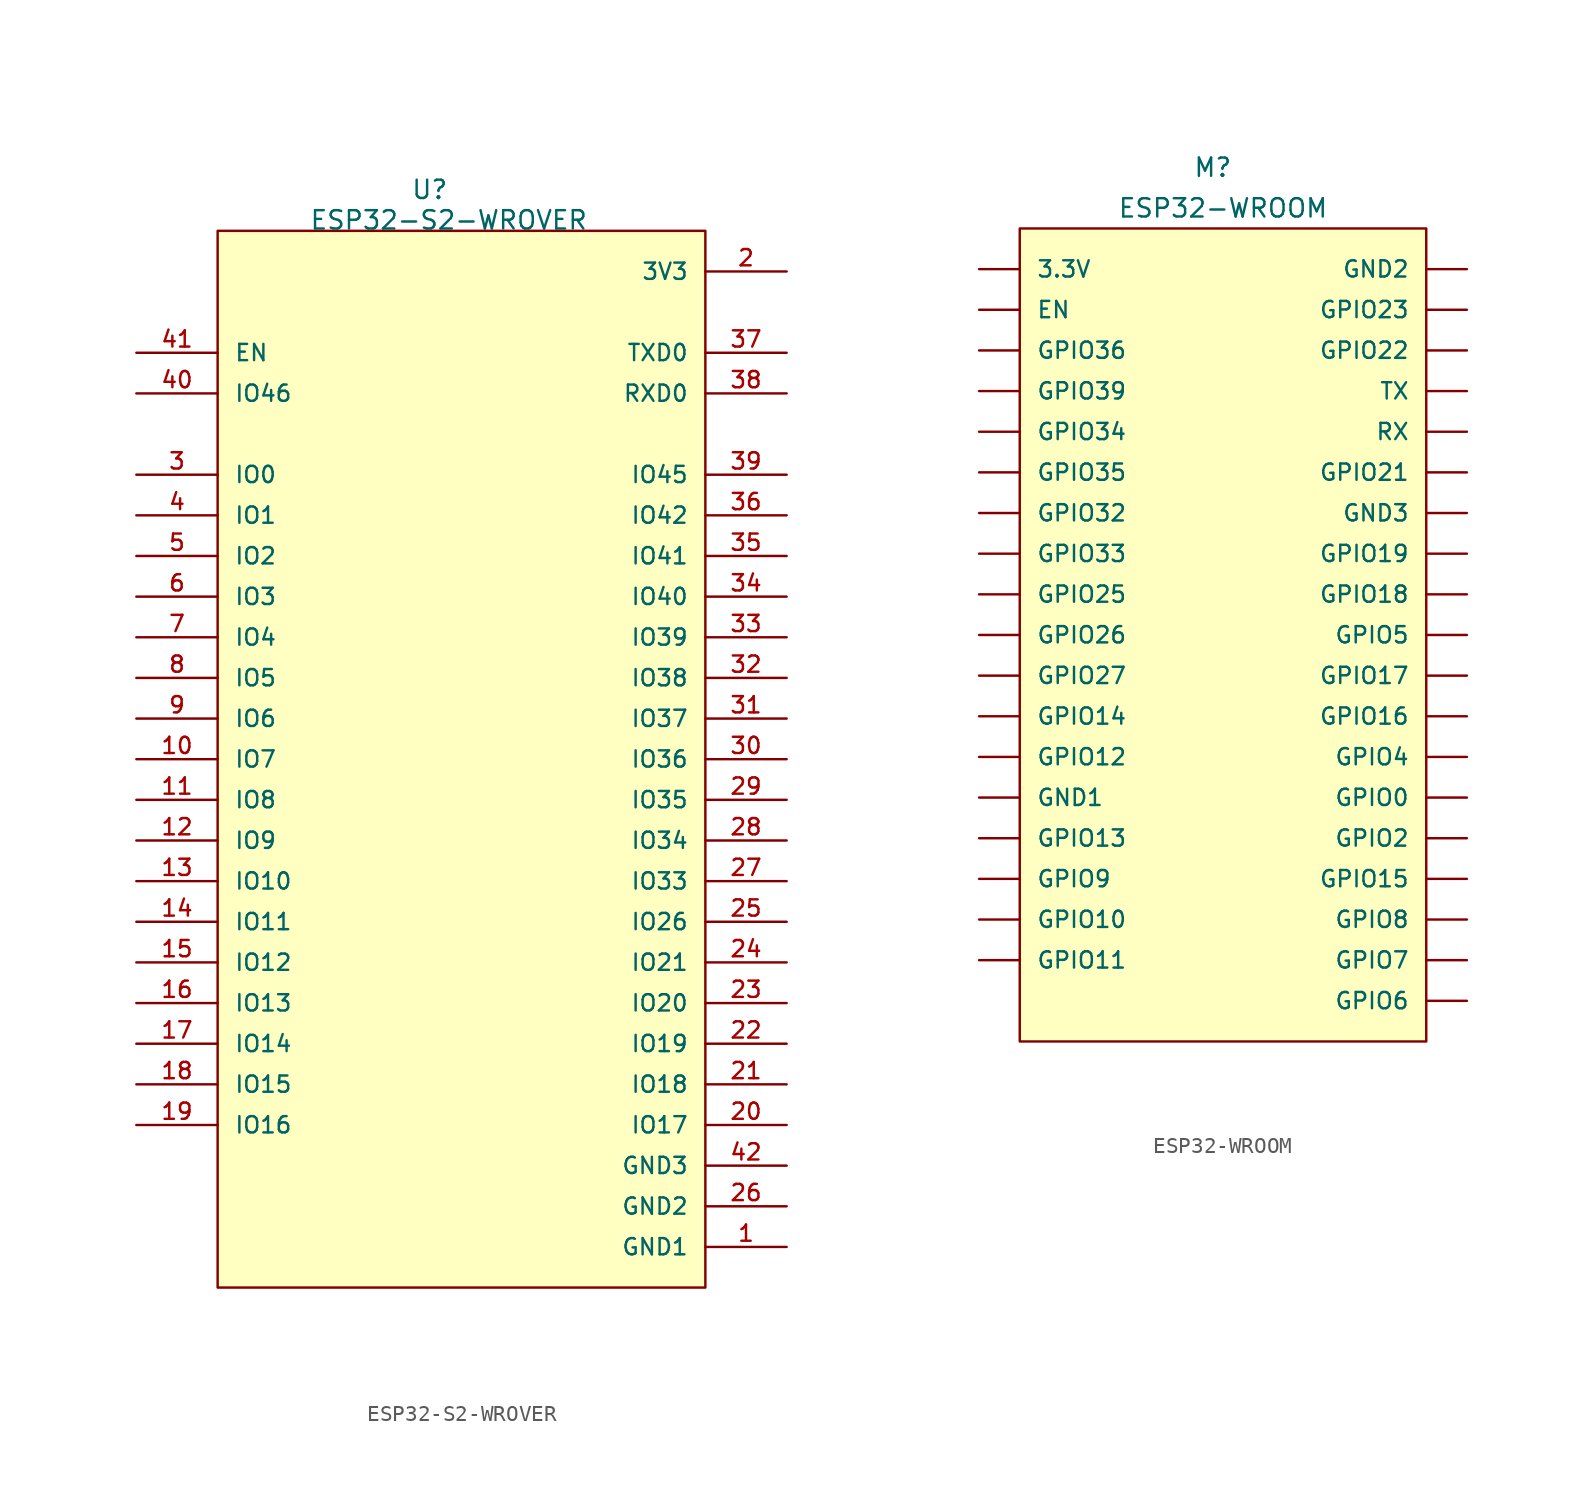
<source format=kicad_sym>
(kicad_symbol_lib
  (version 20231120)
  (generator "kicad_symbol_editor")
  (generator_version "8.0")
  (symbol "ESP32-S2-WROVER"
    (pin_names
      (offset 1.016))
    (property "Reference" "U"
      (at -3.175 34.925 0)
      (effects (font (size 1.143 1.143)) (justify left bottom)))
    (property "Value" "ESP32-S2-WROVER"
      (at -9.525 33.02 0)
      (effects (font (size 1.143 1.143)) (justify left bottom)))
    (property "ki_locked" ""
      (at 0 0 0)
      (effects (font (size 1.27 1.27))))
    (symbol "ESP32-S2-WROVER_1_1"
      (rectangle (start -15.24 33.02) (end 15.24 -33.02) (stroke (width 0) (type default)) (fill (type background)))
      (pin power_in line (at 20.32 -30.48 180) (length 5.08) (name "GND1" (effects (font (size 1.016 1.016)))) (number "1" (effects (font (size 1.016 1.016)))))
      (pin bidirectional line (at -20.32 0 0) (length 5.08) (name "IO7" (effects (font (size 1.016 1.016)))) (number "10" (effects (font (size 1.016 1.016)))))
      (pin bidirectional line (at -20.32 -2.54 0) (length 5.08) (name "IO8" (effects (font (size 1.016 1.016)))) (number "11" (effects (font (size 1.016 1.016)))))
      (pin bidirectional line (at -20.32 -5.08 0) (length 5.08) (name "IO9" (effects (font (size 1.016 1.016)))) (number "12" (effects (font (size 1.016 1.016)))))
      (pin bidirectional line (at -20.32 -7.62 0) (length 5.08) (name "IO10" (effects (font (size 1.016 1.016)))) (number "13" (effects (font (size 1.016 1.016)))))
      (pin bidirectional line (at -20.32 -10.16 0) (length 5.08) (name "IO11" (effects (font (size 1.016 1.016)))) (number "14" (effects (font (size 1.016 1.016)))))
      (pin bidirectional line (at -20.32 -12.7 0) (length 5.08) (name "IO12" (effects (font (size 1.016 1.016)))) (number "15" (effects (font (size 1.016 1.016)))))
      (pin bidirectional line (at -20.32 -15.24 0) (length 5.08) (name "IO13" (effects (font (size 1.016 1.016)))) (number "16" (effects (font (size 1.016 1.016)))))
      (pin bidirectional line (at -20.32 -17.78 0) (length 5.08) (name "IO14" (effects (font (size 1.016 1.016)))) (number "17" (effects (font (size 1.016 1.016)))))
      (pin bidirectional line (at -20.32 -20.32 0) (length 5.08) (name "IO15" (effects (font (size 1.016 1.016)))) (number "18" (effects (font (size 1.016 1.016)))))
      (pin bidirectional line (at -20.32 -22.86 0) (length 5.08) (name "IO16" (effects (font (size 1.016 1.016)))) (number "19" (effects (font (size 1.016 1.016)))))
      (pin power_in line (at 20.32 30.48 180) (length 5.08) (name "3V3" (effects (font (size 1.016 1.016)))) (number "2" (effects (font (size 1.016 1.016)))))
      (pin bidirectional line (at 20.32 -22.86 180) (length 5.08) (name "IO17" (effects (font (size 1.016 1.016)))) (number "20" (effects (font (size 1.016 1.016)))))
      (pin bidirectional line (at 20.32 -20.32 180) (length 5.08) (name "IO18" (effects (font (size 1.016 1.016)))) (number "21" (effects (font (size 1.016 1.016)))))
      (pin bidirectional line (at 20.32 -17.78 180) (length 5.08) (name "IO19" (effects (font (size 1.016 1.016)))) (number "22" (effects (font (size 1.016 1.016)))))
      (pin bidirectional line (at 20.32 -15.24 180) (length 5.08) (name "IO20" (effects (font (size 1.016 1.016)))) (number "23" (effects (font (size 1.016 1.016)))))
      (pin bidirectional line (at 20.32 -12.7 180) (length 5.08) (name "IO21" (effects (font (size 1.016 1.016)))) (number "24" (effects (font (size 1.016 1.016)))))
      (pin bidirectional line (at 20.32 -10.16 180) (length 5.08) (name "IO26" (effects (font (size 1.016 1.016)))) (number "25" (effects (font (size 1.016 1.016)))))
      (pin power_in line (at 20.32 -27.94 180) (length 5.08) (name "GND2" (effects (font (size 1.016 1.016)))) (number "26" (effects (font (size 1.016 1.016)))))
      (pin bidirectional line (at 20.32 -7.62 180) (length 5.08) (name "IO33" (effects (font (size 1.016 1.016)))) (number "27" (effects (font (size 1.016 1.016)))))
      (pin bidirectional line (at 20.32 -5.08 180) (length 5.08) (name "IO34" (effects (font (size 1.016 1.016)))) (number "28" (effects (font (size 1.016 1.016)))))
      (pin bidirectional line (at 20.32 -2.54 180) (length 5.08) (name "IO35" (effects (font (size 1.016 1.016)))) (number "29" (effects (font (size 1.016 1.016)))))
      (pin bidirectional line (at -20.32 17.78 0) (length 5.08) (name "IO0" (effects (font (size 1.016 1.016)))) (number "3" (effects (font (size 1.016 1.016)))))
      (pin bidirectional line (at 20.32 0 180) (length 5.08) (name "IO36" (effects (font (size 1.016 1.016)))) (number "30" (effects (font (size 1.016 1.016)))))
      (pin bidirectional line (at 20.32 2.54 180) (length 5.08) (name "IO37" (effects (font (size 1.016 1.016)))) (number "31" (effects (font (size 1.016 1.016)))))
      (pin bidirectional line (at 20.32 5.08 180) (length 5.08) (name "IO38" (effects (font (size 1.016 1.016)))) (number "32" (effects (font (size 1.016 1.016)))))
      (pin bidirectional line (at 20.32 7.62 180) (length 5.08) (name "IO39" (effects (font (size 1.016 1.016)))) (number "33" (effects (font (size 1.016 1.016)))))
      (pin bidirectional line (at 20.32 10.16 180) (length 5.08) (name "IO40" (effects (font (size 1.016 1.016)))) (number "34" (effects (font (size 1.016 1.016)))))
      (pin bidirectional line (at 20.32 12.7 180) (length 5.08) (name "IO41" (effects (font (size 1.016 1.016)))) (number "35" (effects (font (size 1.016 1.016)))))
      (pin bidirectional line (at 20.32 15.24 180) (length 5.08) (name "IO42" (effects (font (size 1.016 1.016)))) (number "36" (effects (font (size 1.016 1.016)))))
      (pin bidirectional line (at 20.32 25.4 180) (length 5.08) (name "TXD0" (effects (font (size 1.016 1.016)))) (number "37" (effects (font (size 1.016 1.016)))))
      (pin bidirectional line (at 20.32 22.86 180) (length 5.08) (name "RXD0" (effects (font (size 1.016 1.016)))) (number "38" (effects (font (size 1.016 1.016)))))
      (pin bidirectional line (at 20.32 17.78 180) (length 5.08) (name "IO45" (effects (font (size 1.016 1.016)))) (number "39" (effects (font (size 1.016 1.016)))))
      (pin bidirectional line (at -20.32 15.24 0) (length 5.08) (name "IO1" (effects (font (size 1.016 1.016)))) (number "4" (effects (font (size 1.016 1.016)))))
      (pin input line (at -20.32 22.86 0) (length 5.08) (name "IO46" (effects (font (size 1.016 1.016)))) (number "40" (effects (font (size 1.016 1.016)))))
      (pin input line (at -20.32 25.4 0) (length 5.08) (name "EN" (effects (font (size 1.016 1.016)))) (number "41" (effects (font (size 1.016 1.016)))))
      (pin power_in line (at 20.32 -25.4 180) (length 5.08) (name "GND3" (effects (font (size 1.016 1.016)))) (number "42" (effects (font (size 1.016 1.016)))))
      (pin bidirectional line (at -20.32 12.7 0) (length 5.08) (name "IO2" (effects (font (size 1.016 1.016)))) (number "5" (effects (font (size 1.016 1.016)))))
      (pin bidirectional line (at -20.32 10.16 0) (length 5.08) (name "IO3" (effects (font (size 1.016 1.016)))) (number "6" (effects (font (size 1.016 1.016)))))
      (pin bidirectional line (at -20.32 7.62 0) (length 5.08) (name "IO4" (effects (font (size 1.016 1.016)))) (number "7" (effects (font (size 1.016 1.016)))))
      (pin bidirectional line (at -20.32 5.08 0) (length 5.08) (name "IO5" (effects (font (size 1.016 1.016)))) (number "8" (effects (font (size 1.016 1.016)))))
      (pin bidirectional line (at -20.32 2.54 0) (length 5.08) (name "IO6" (effects (font (size 1.016 1.016)))) (number "9" (effects (font (size 1.016 1.016)))))))
  (symbol "ESP32-WROOM"
    (pin_numbers hide)
    (pin_names
      (offset 1.016))
    (property "Reference" "M"
      (at -0.635 29.21 0)
      (effects (font (size 1.143 1.143))))
    (property "Value" "ESP32-WROOM"
      (at 0 26.67 0)
      (effects (font (size 1.143 1.143))))
    (property "ki_locked" ""
      (at 0 0 0)
      (effects (font (size 1.27 1.27))))
    (symbol "ESP32-WROOM_1_1"
      (rectangle (start -12.7 25.4) (end 12.7 -25.4) (stroke (width 0) (type default)) (fill (type background)))
      (pin bidirectional line (at -15.24 22.86 0) (length 2.54) (name "3.3V" (effects (font (size 1.016 1.016)))) (number "3V3" (effects (font (size 1.016 1.016)))))
      (pin bidirectional line (at 15.24 -22.86 180) (length 2.54) (name "GPIO6" (effects (font (size 1.016 1.016)))) (number "CLK" (effects (font (size 1.016 1.016)))))
      (pin bidirectional line (at -15.24 -20.32 0) (length 2.54) (name "GPIO11" (effects (font (size 1.016 1.016)))) (number "CMD" (effects (font (size 1.016 1.016)))))
      (pin bidirectional line (at -15.24 20.32 0) (length 2.54) (name "EN" (effects (font (size 1.016 1.016)))) (number "EN" (effects (font (size 1.016 1.016)))))
      (pin bidirectional line (at -15.24 -10.16 0) (length 2.54) (name "GND1" (effects (font (size 1.016 1.016)))) (number "GND1" (effects (font (size 1.016 1.016)))))
      (pin bidirectional line (at 15.24 22.86 180) (length 2.54) (name "GND2" (effects (font (size 1.016 1.016)))) (number "GND2" (effects (font (size 1.016 1.016)))))
      (pin bidirectional line (at 15.24 7.62 180) (length 2.54) (name "GND3" (effects (font (size 1.016 1.016)))) (number "GND3" (effects (font (size 1.016 1.016)))))
      (pin bidirectional line (at 15.24 -10.16 180) (length 2.54) (name "GPIO0" (effects (font (size 1.016 1.016)))) (number "IO0" (effects (font (size 1.016 1.016)))))
      (pin bidirectional line (at -15.24 -7.62 0) (length 2.54) (name "GPIO12" (effects (font (size 1.016 1.016)))) (number "IO12" (effects (font (size 1.016 1.016)))))
      (pin bidirectional line (at -15.24 -12.7 0) (length 2.54) (name "GPIO13" (effects (font (size 1.016 1.016)))) (number "IO13" (effects (font (size 1.016 1.016)))))
      (pin bidirectional line (at -15.24 -5.08 0) (length 2.54) (name "GPIO14" (effects (font (size 1.016 1.016)))) (number "IO14" (effects (font (size 1.016 1.016)))))
      (pin bidirectional line (at 15.24 -15.24 180) (length 2.54) (name "GPIO15" (effects (font (size 1.016 1.016)))) (number "IO15" (effects (font (size 1.016 1.016)))))
      (pin bidirectional line (at 15.24 -5.08 180) (length 2.54) (name "GPIO16" (effects (font (size 1.016 1.016)))) (number "IO16" (effects (font (size 1.016 1.016)))))
      (pin bidirectional line (at 15.24 -2.54 180) (length 2.54) (name "GPIO17" (effects (font (size 1.016 1.016)))) (number "IO17" (effects (font (size 1.016 1.016)))))
      (pin bidirectional line (at 15.24 2.54 180) (length 2.54) (name "GPIO18" (effects (font (size 1.016 1.016)))) (number "IO18" (effects (font (size 1.016 1.016)))))
      (pin bidirectional line (at 15.24 5.08 180) (length 2.54) (name "GPIO19" (effects (font (size 1.016 1.016)))) (number "IO19" (effects (font (size 1.016 1.016)))))
      (pin bidirectional line (at 15.24 -12.7 180) (length 2.54) (name "GPIO2" (effects (font (size 1.016 1.016)))) (number "IO2" (effects (font (size 1.016 1.016)))))
      (pin bidirectional line (at 15.24 10.16 180) (length 2.54) (name "GPIO21" (effects (font (size 1.016 1.016)))) (number "IO21" (effects (font (size 1.016 1.016)))))
      (pin bidirectional line (at 15.24 17.78 180) (length 2.54) (name "GPIO22" (effects (font (size 1.016 1.016)))) (number "IO22" (effects (font (size 1.016 1.016)))))
      (pin bidirectional line (at 15.24 20.32 180) (length 2.54) (name "GPIO23" (effects (font (size 1.016 1.016)))) (number "IO23" (effects (font (size 1.016 1.016)))))
      (pin bidirectional line (at -15.24 2.54 0) (length 2.54) (name "GPIO25" (effects (font (size 1.016 1.016)))) (number "IO25" (effects (font (size 1.016 1.016)))))
      (pin bidirectional line (at -15.24 0 0) (length 2.54) (name "GPIO26" (effects (font (size 1.016 1.016)))) (number "IO26" (effects (font (size 1.016 1.016)))))
      (pin bidirectional line (at -15.24 -2.54 0) (length 2.54) (name "GPIO27" (effects (font (size 1.016 1.016)))) (number "IO27" (effects (font (size 1.016 1.016)))))
      (pin bidirectional line (at -15.24 7.62 0) (length 2.54) (name "GPIO32" (effects (font (size 1.016 1.016)))) (number "IO32" (effects (font (size 1.016 1.016)))))
      (pin bidirectional line (at -15.24 5.08 0) (length 2.54) (name "GPIO33" (effects (font (size 1.016 1.016)))) (number "IO33" (effects (font (size 1.016 1.016)))))
      (pin bidirectional line (at -15.24 12.7 0) (length 2.54) (name "GPIO34" (effects (font (size 1.016 1.016)))) (number "IO34" (effects (font (size 1.016 1.016)))))
      (pin bidirectional line (at -15.24 10.16 0) (length 2.54) (name "GPIO35" (effects (font (size 1.016 1.016)))) (number "IO35" (effects (font (size 1.016 1.016)))))
      (pin bidirectional line (at 15.24 -7.62 180) (length 2.54) (name "GPIO4" (effects (font (size 1.016 1.016)))) (number "IO4" (effects (font (size 1.016 1.016)))))
      (pin bidirectional line (at 15.24 0 180) (length 2.54) (name "GPIO5" (effects (font (size 1.016 1.016)))) (number "IO5" (effects (font (size 1.016 1.016)))))
      (pin bidirectional line (at 15.24 12.7 180) (length 2.54) (name "RX" (effects (font (size 1.016 1.016)))) (number "RX" (effects (font (size 1.016 1.016)))))
      (pin bidirectional line (at 15.24 -20.32 180) (length 2.54) (name "GPIO7" (effects (font (size 1.016 1.016)))) (number "SD0" (effects (font (size 1.016 1.016)))))
      (pin bidirectional line (at 15.24 -17.78 180) (length 2.54) (name "GPIO8" (effects (font (size 1.016 1.016)))) (number "SD1" (effects (font (size 1.016 1.016)))))
      (pin bidirectional line (at -15.24 -15.24 0) (length 2.54) (name "GPIO9" (effects (font (size 1.016 1.016)))) (number "SD2" (effects (font (size 1.016 1.016)))))
      (pin bidirectional line (at -15.24 -17.78 0) (length 2.54) (name "GPIO10" (effects (font (size 1.016 1.016)))) (number "SD3" (effects (font (size 1.016 1.016)))))
      (pin bidirectional line (at -15.24 15.24 0) (length 2.54) (name "GPIO39" (effects (font (size 1.016 1.016)))) (number "SENSOR_VN" (effects (font (size 1.016 1.016)))))
      (pin bidirectional line (at -15.24 17.78 0) (length 2.54) (name "GPIO36" (effects (font (size 1.016 1.016)))) (number "SENSOR_VP" (effects (font (size 1.016 1.016)))))
      (pin bidirectional line (at 15.24 15.24 180) (length 2.54) (name "TX" (effects (font (size 1.016 1.016)))) (number "TX" (effects (font (size 1.016 1.016))))))))
</source>
